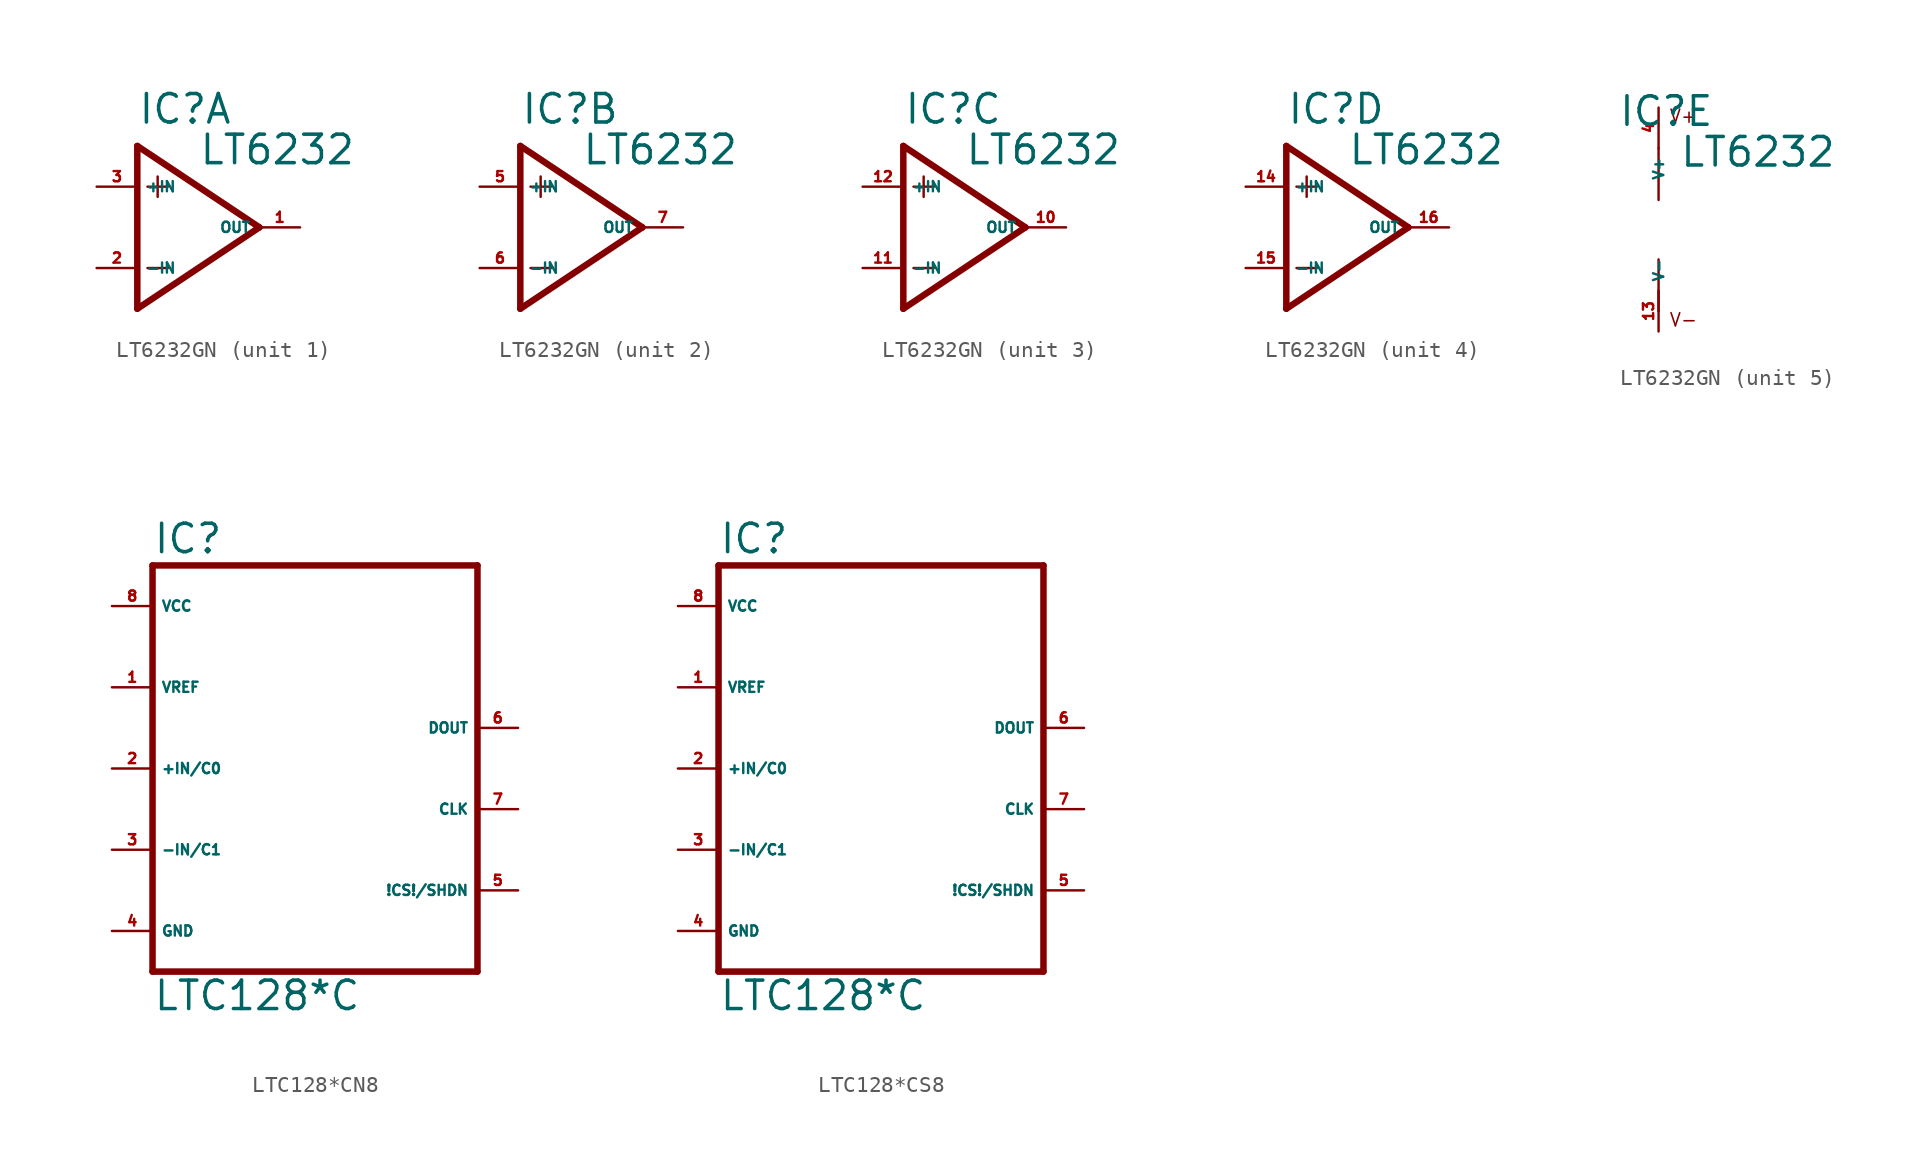
<source format=kicad_sym>
(kicad_symbol_lib
  (version 20220914)
  (generator Eagle2Kicad)
  (symbol "LT6232GN"
    (property "Reference" "IC"
      (at -2.54 6.35 0)
      (effects (font (size 1.778 1.778) (thickness 0.22)) (justify left bottom)))
    (property "Value" "LT6232"
      (at 1.27 3.81 0)
      (effects (font (size 1.778 1.778) (thickness 0.22)) (justify left bottom)))
    (symbol "LT6232GN_1_0"
      (polyline (pts (xy -1.27 3.175) (xy -1.27 1.905)) (stroke (width 0.152) (type default)) (fill (type none)))
      (polyline (pts (xy -1.905 2.54) (xy -0.635 2.54)) (stroke (width 0.152) (type default)) (fill (type none)))
      (polyline (pts (xy -1.905 -2.54) (xy -0.635 -2.54)) (stroke (width 0.152) (type default)) (fill (type none)))
      (polyline (pts (xy -2.54 5.08) (xy -2.54 -5.08)) (stroke (width 0.406) (type default)) (fill (type none)))
      (polyline (pts (xy -2.54 -5.08) (xy 5.08 0)) (stroke (width 0.406) (type default)) (fill (type none)))
      (polyline (pts (xy 5.08 0) (xy -2.54 5.08)) (stroke (width 0.406) (type default)) (fill (type none)))
      (pin input line (at -5.08 2.54 0) (length 2.54) (name "+IN" (effects (font (size 0.635 0.635) (thickness 0.08)) (justify left bottom))) (number "3" (effects (font (size 0.635 0.635) (thickness 0.08)) (justify left bottom))))
      (pin input line (at -5.08 -2.54 0) (length 2.54) (name "-IN" (effects (font (size 0.635 0.635) (thickness 0.08)) (justify left bottom))) (number "2" (effects (font (size 0.635 0.635) (thickness 0.08)) (justify left bottom))))
      (pin output line (at 7.62 0 180) (length 2.54) (name "OUT" (effects (font (size 0.635 0.635) (thickness 0.08)) (justify left bottom))) (number "1" (effects (font (size 0.635 0.635) (thickness 0.08)) (justify left bottom)))))
    (symbol "LT6232GN_2_0"
      (polyline (pts (xy -1.27 3.175) (xy -1.27 1.905)) (stroke (width 0.152) (type default)) (fill (type none)))
      (polyline (pts (xy -1.905 2.54) (xy -0.635 2.54)) (stroke (width 0.152) (type default)) (fill (type none)))
      (polyline (pts (xy -1.905 -2.54) (xy -0.635 -2.54)) (stroke (width 0.152) (type default)) (fill (type none)))
      (polyline (pts (xy -2.54 5.08) (xy -2.54 -5.08)) (stroke (width 0.406) (type default)) (fill (type none)))
      (polyline (pts (xy -2.54 -5.08) (xy 5.08 0)) (stroke (width 0.406) (type default)) (fill (type none)))
      (polyline (pts (xy 5.08 0) (xy -2.54 5.08)) (stroke (width 0.406) (type default)) (fill (type none)))
      (pin input line (at -5.08 2.54 0) (length 2.54) (name "+IN" (effects (font (size 0.635 0.635) (thickness 0.08)) (justify left bottom))) (number "5" (effects (font (size 0.635 0.635) (thickness 0.08)) (justify left bottom))))
      (pin input line (at -5.08 -2.54 0) (length 2.54) (name "-IN" (effects (font (size 0.635 0.635) (thickness 0.08)) (justify left bottom))) (number "6" (effects (font (size 0.635 0.635) (thickness 0.08)) (justify left bottom))))
      (pin output line (at 7.62 0 180) (length 2.54) (name "OUT" (effects (font (size 0.635 0.635) (thickness 0.08)) (justify left bottom))) (number "7" (effects (font (size 0.635 0.635) (thickness 0.08)) (justify left bottom)))))
    (symbol "LT6232GN_3_0"
      (polyline (pts (xy -1.27 3.175) (xy -1.27 1.905)) (stroke (width 0.152) (type default)) (fill (type none)))
      (polyline (pts (xy -1.905 2.54) (xy -0.635 2.54)) (stroke (width 0.152) (type default)) (fill (type none)))
      (polyline (pts (xy -1.905 -2.54) (xy -0.635 -2.54)) (stroke (width 0.152) (type default)) (fill (type none)))
      (polyline (pts (xy -2.54 5.08) (xy -2.54 -5.08)) (stroke (width 0.406) (type default)) (fill (type none)))
      (polyline (pts (xy -2.54 -5.08) (xy 5.08 0)) (stroke (width 0.406) (type default)) (fill (type none)))
      (polyline (pts (xy 5.08 0) (xy -2.54 5.08)) (stroke (width 0.406) (type default)) (fill (type none)))
      (pin input line (at -5.08 2.54 0) (length 2.54) (name "+IN" (effects (font (size 0.635 0.635) (thickness 0.08)) (justify left bottom))) (number "12" (effects (font (size 0.635 0.635) (thickness 0.08)) (justify left bottom))))
      (pin input line (at -5.08 -2.54 0) (length 2.54) (name "-IN" (effects (font (size 0.635 0.635) (thickness 0.08)) (justify left bottom))) (number "11" (effects (font (size 0.635 0.635) (thickness 0.08)) (justify left bottom))))
      (pin output line (at 7.62 0 180) (length 2.54) (name "OUT" (effects (font (size 0.635 0.635) (thickness 0.08)) (justify left bottom))) (number "10" (effects (font (size 0.635 0.635) (thickness 0.08)) (justify left bottom)))))
    (symbol "LT6232GN_4_0"
      (polyline (pts (xy -1.27 3.175) (xy -1.27 1.905)) (stroke (width 0.152) (type default)) (fill (type none)))
      (polyline (pts (xy -1.905 2.54) (xy -0.635 2.54)) (stroke (width 0.152) (type default)) (fill (type none)))
      (polyline (pts (xy -1.905 -2.54) (xy -0.635 -2.54)) (stroke (width 0.152) (type default)) (fill (type none)))
      (polyline (pts (xy -2.54 5.08) (xy -2.54 -5.08)) (stroke (width 0.406) (type default)) (fill (type none)))
      (polyline (pts (xy -2.54 -5.08) (xy 5.08 0)) (stroke (width 0.406) (type default)) (fill (type none)))
      (polyline (pts (xy 5.08 0) (xy -2.54 5.08)) (stroke (width 0.406) (type default)) (fill (type none)))
      (pin input line (at -5.08 2.54 0) (length 2.54) (name "+IN" (effects (font (size 0.635 0.635) (thickness 0.08)) (justify left bottom))) (number "14" (effects (font (size 0.635 0.635) (thickness 0.08)) (justify left bottom))))
      (pin input line (at -5.08 -2.54 0) (length 2.54) (name "-IN" (effects (font (size 0.635 0.635) (thickness 0.08)) (justify left bottom))) (number "15" (effects (font (size 0.635 0.635) (thickness 0.08)) (justify left bottom))))
      (pin output line (at 7.62 0 180) (length 2.54) (name "OUT" (effects (font (size 0.635 0.635) (thickness 0.08)) (justify left bottom))) (number "16" (effects (font (size 0.635 0.635) (thickness 0.08)) (justify left bottom)))))
    (symbol "LT6232GN_5_0"
      (polyline (pts (xy 0 5.08) (xy 0 1.854)) (stroke (width 0.152) (type default)) (fill (type none)))
      (polyline (pts (xy 0 -1.854) (xy 0 -5.08)) (stroke (width 0.152) (type default)) (fill (type none)))
      (text "V+" (at 0.635 6.604 0) (effects (font (size 0.813 0.813) (thickness 0.10)) (justify left bottom)))
      (text "V-" (at 0.635 -6.096 0) (effects (font (size 0.813 0.813) (thickness 0.10)) (justify left bottom)))
      (pin unspecified line (at 0 7.62 270) (length 2.54) (name "V+" (effects (font (size 0.635 0.635) (thickness 0.08)) (justify left bottom))) (number "4" (effects (font (size 0.635 0.635) (thickness 0.08)) (justify left bottom))))
      (pin unspecified line (at 0 -6.35 90) (length 2.54) (name "V-" (effects (font (size 0.635 0.635) (thickness 0.08)) (justify left bottom))) (number "13" (effects (font (size 0.635 0.635) (thickness 0.08)) (justify left bottom))))))
  (symbol "LTC128*CN8"
    (property "Reference" "IC"
      (at -10.16 13.335 0)
      (effects (font (size 1.778 1.778) (thickness 0.22)) (justify left bottom)))
    (property "Value" "LTC128*C"
      (at -10.16 -15.24 0)
      (effects (font (size 1.778 1.778) (thickness 0.22)) (justify left bottom)))
    (polyline
      (pts (xy -10.16 -12.7) (xy 10.16 -12.7))
      (stroke (width 0.406) (type default))
      (fill (type none)))
    (polyline
      (pts (xy 10.16 -12.7) (xy 10.16 12.7))
      (stroke (width 0.406) (type default))
      (fill (type none)))
    (polyline
      (pts (xy 10.16 12.7) (xy -10.16 12.7))
      (stroke (width 0.406) (type default))
      (fill (type none)))
    (polyline
      (pts (xy -10.16 12.7) (xy -10.16 -12.7))
      (stroke (width 0.406) (type default))
      (fill (type none)))
    (pin output line
      (at 12.7 2.54 180)
      (length 2.54)
      (name "DOUT" (effects (font (size 0.635 0.635) (thickness 0.08)) (justify left bottom)))
      (number "6" (effects (font (size 0.635 0.635) (thickness 0.08)) (justify left bottom))))
    (pin output line
      (at 12.7 -7.62 180)
      (length 2.54)
      (name "!CS!/SHDN" (effects (font (size 0.635 0.635) (thickness 0.08)) (justify left bottom)))
      (number "5" (effects (font (size 0.635 0.635) (thickness 0.08)) (justify left bottom))))
    (pin input line
      (at -12.7 0 0)
      (length 2.54)
      (name "+IN/C0" (effects (font (size 0.635 0.635) (thickness 0.08)) (justify left bottom)))
      (number "2" (effects (font (size 0.635 0.635) (thickness 0.08)) (justify left bottom))))
    (pin input line
      (at -12.7 5.08 0)
      (length 2.54)
      (name "VREF" (effects (font (size 0.635 0.635) (thickness 0.08)) (justify left bottom)))
      (number "1" (effects (font (size 0.635 0.635) (thickness 0.08)) (justify left bottom))))
    (pin unspecified line
      (at -12.7 -10.16 0)
      (length 2.54)
      (name "GND" (effects (font (size 0.635 0.635) (thickness 0.08)) (justify left bottom)))
      (number "4" (effects (font (size 0.635 0.635) (thickness 0.08)) (justify left bottom))))
    (pin unspecified line
      (at -12.7 10.16 0)
      (length 2.54)
      (name "VCC" (effects (font (size 0.635 0.635) (thickness 0.08)) (justify left bottom)))
      (number "8" (effects (font (size 0.635 0.635) (thickness 0.08)) (justify left bottom))))
    (pin input line
      (at 12.7 -2.54 180)
      (length 2.54)
      (name "CLK" (effects (font (size 0.635 0.635) (thickness 0.08)) (justify left bottom)))
      (number "7" (effects (font (size 0.635 0.635) (thickness 0.08)) (justify left bottom))))
    (pin input line
      (at -12.7 -5.08 0)
      (length 2.54)
      (name "-IN/C1" (effects (font (size 0.635 0.635) (thickness 0.08)) (justify left bottom)))
      (number "3" (effects (font (size 0.635 0.635) (thickness 0.08)) (justify left bottom)))))
  (symbol "LTC128*CS8"
    (property "Reference" "IC"
      (at -10.16 13.335 0)
      (effects (font (size 1.778 1.778) (thickness 0.22)) (justify left bottom)))
    (property "Value" "LTC128*C"
      (at -10.16 -15.24 0)
      (effects (font (size 1.778 1.778) (thickness 0.22)) (justify left bottom)))
    (polyline
      (pts (xy -10.16 -12.7) (xy 10.16 -12.7))
      (stroke (width 0.406) (type default))
      (fill (type none)))
    (polyline
      (pts (xy 10.16 -12.7) (xy 10.16 12.7))
      (stroke (width 0.406) (type default))
      (fill (type none)))
    (polyline
      (pts (xy 10.16 12.7) (xy -10.16 12.7))
      (stroke (width 0.406) (type default))
      (fill (type none)))
    (polyline
      (pts (xy -10.16 12.7) (xy -10.16 -12.7))
      (stroke (width 0.406) (type default))
      (fill (type none)))
    (pin output line
      (at 12.7 2.54 180)
      (length 2.54)
      (name "DOUT" (effects (font (size 0.635 0.635) (thickness 0.08)) (justify left bottom)))
      (number "6" (effects (font (size 0.635 0.635) (thickness 0.08)) (justify left bottom))))
    (pin output line
      (at 12.7 -7.62 180)
      (length 2.54)
      (name "!CS!/SHDN" (effects (font (size 0.635 0.635) (thickness 0.08)) (justify left bottom)))
      (number "5" (effects (font (size 0.635 0.635) (thickness 0.08)) (justify left bottom))))
    (pin input line
      (at -12.7 0 0)
      (length 2.54)
      (name "+IN/C0" (effects (font (size 0.635 0.635) (thickness 0.08)) (justify left bottom)))
      (number "2" (effects (font (size 0.635 0.635) (thickness 0.08)) (justify left bottom))))
    (pin input line
      (at -12.7 5.08 0)
      (length 2.54)
      (name "VREF" (effects (font (size 0.635 0.635) (thickness 0.08)) (justify left bottom)))
      (number "1" (effects (font (size 0.635 0.635) (thickness 0.08)) (justify left bottom))))
    (pin unspecified line
      (at -12.7 -10.16 0)
      (length 2.54)
      (name "GND" (effects (font (size 0.635 0.635) (thickness 0.08)) (justify left bottom)))
      (number "4" (effects (font (size 0.635 0.635) (thickness 0.08)) (justify left bottom))))
    (pin unspecified line
      (at -12.7 10.16 0)
      (length 2.54)
      (name "VCC" (effects (font (size 0.635 0.635) (thickness 0.08)) (justify left bottom)))
      (number "8" (effects (font (size 0.635 0.635) (thickness 0.08)) (justify left bottom))))
    (pin input line
      (at 12.7 -2.54 180)
      (length 2.54)
      (name "CLK" (effects (font (size 0.635 0.635) (thickness 0.08)) (justify left bottom)))
      (number "7" (effects (font (size 0.635 0.635) (thickness 0.08)) (justify left bottom))))
    (pin input line
      (at -12.7 -5.08 0)
      (length 2.54)
      (name "-IN/C1" (effects (font (size 0.635 0.635) (thickness 0.08)) (justify left bottom)))
      (number "3" (effects (font (size 0.635 0.635) (thickness 0.08)) (justify left bottom))))))
</source>
